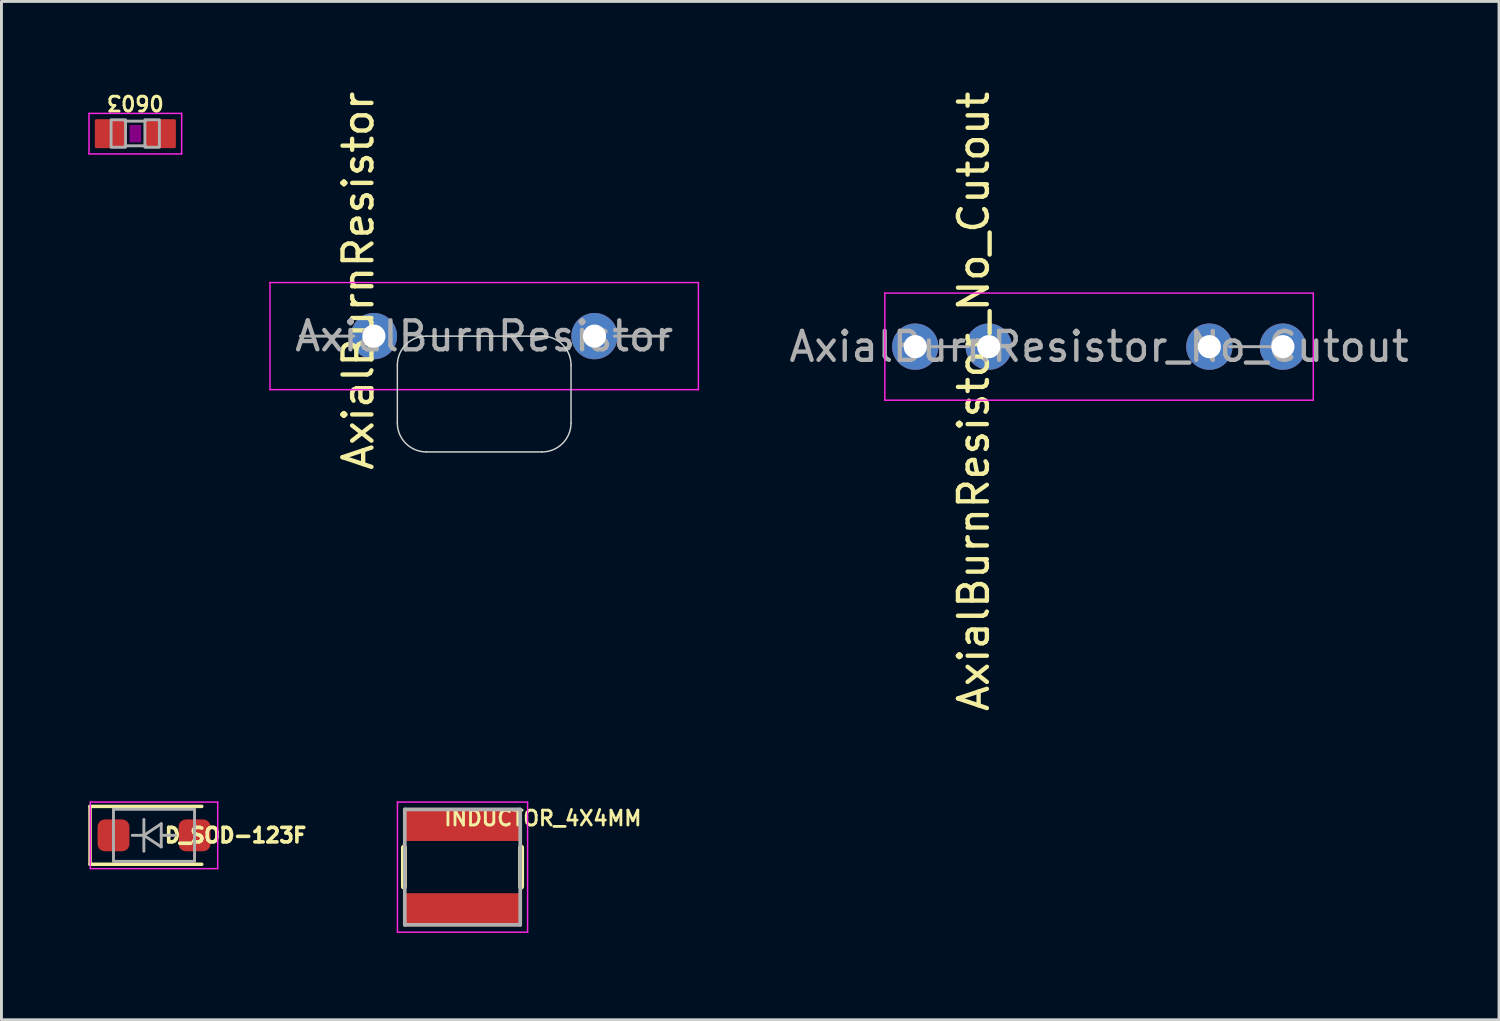
<source format=kicad_pcb>
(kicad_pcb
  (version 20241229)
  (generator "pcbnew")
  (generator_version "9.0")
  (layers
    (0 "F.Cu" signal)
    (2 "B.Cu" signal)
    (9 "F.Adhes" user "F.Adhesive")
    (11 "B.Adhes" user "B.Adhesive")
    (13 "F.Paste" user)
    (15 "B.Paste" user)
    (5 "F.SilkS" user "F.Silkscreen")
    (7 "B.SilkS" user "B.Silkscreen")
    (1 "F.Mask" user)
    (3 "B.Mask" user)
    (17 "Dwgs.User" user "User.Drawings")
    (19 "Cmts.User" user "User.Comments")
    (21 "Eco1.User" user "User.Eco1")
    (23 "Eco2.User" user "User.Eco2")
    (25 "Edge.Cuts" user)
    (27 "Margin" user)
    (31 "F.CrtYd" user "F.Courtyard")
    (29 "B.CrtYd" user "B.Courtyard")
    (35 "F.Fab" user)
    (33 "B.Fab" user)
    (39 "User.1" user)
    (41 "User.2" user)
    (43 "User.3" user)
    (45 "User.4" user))
  (footprint "AxialBurnResistor_No_Cutout"
    (layer "F.Cu")
    (at 34.916 8.925)
    (property "Reference" "AxialBurnResistor_No_Cutout" (at -4.33 1.89 90) (layer "F.SilkS") (effects (font (size 1 1) (thickness 0.15))))
    (attr through_hole dnp)
    (fp_line (start -7.4 -1.85) (end -7.4 1.85) (stroke (width 0.05) (type solid)) (layer "F.CrtYd"))
    (fp_line (start -7.4 1.85) (end 7.4 1.85) (stroke (width 0.05) (type solid)) (layer "F.CrtYd"))
    (fp_line (start 7.4 -1.85) (end -7.4 -1.85) (stroke (width 0.05) (type solid)) (layer "F.CrtYd"))
    (fp_line (start 7.4 1.85) (end 7.4 -1.85) (stroke (width 0.05) (type solid)) (layer "F.CrtYd"))
    (fp_line (start -6.35 0) (end -4.5 0) (stroke (width 0.1) (type solid)) (layer "F.Fab"))
    (fp_line (start 6.35 0) (end 4.5 0) (stroke (width 0.1) (type solid)) (layer "F.Fab"))
    (fp_text user "${REFERENCE}" (at 0 0 180) (layer "F.Fab") (effects (font (size 1 1) (thickness 0.15))))
    (pad "1" thru_hole circle (at -6.35 0) (size 1.6 1.6) (drill 0.8) (layers "*.Cu" "*.Mask"))
    (pad "1" thru_hole circle (at -3.81 0) (size 1.6 1.6) (drill 0.8) (layers "*.Cu" "*.Mask"))
    (pad "2" thru_hole oval (at 3.81 0) (size 1.6 1.6) (drill 0.8) (layers "*.Cu" "*.Mask"))
    (pad "2" thru_hole oval (at 6.35 0) (size 1.6 1.6) (drill 0.8) (layers "*.Cu" "*.Mask")))
  (footprint "INDUCTOR_4X4MM"
    (layer "F.Cu")
    (at 12.927 26.904)
    (property "Reference" "INDUCTOR_4X4MM" (at 2.776 -1.388 0) (unlocked yes) (layer "F.SilkS") (effects (font (size 0.512 0.512) (thickness 0.098)) (justify bottom)))
    (fp_line (start -2.024 -0.675) (end -2.024 0.675) (stroke (width 0.203) (type solid)) (layer "F.SilkS"))
    (fp_line (start 2.024 -0.675) (end 2.024 0.675) (stroke (width 0.203) (type solid)) (layer "F.SilkS"))
    (fp_line (start -2.248 -2.248) (end 2.248 -2.248) (stroke (width 0.051) (type solid)) (layer "F.CrtYd"))
    (fp_line (start -2.248 2.248) (end -2.248 -2.248) (stroke (width 0.051) (type solid)) (layer "F.CrtYd"))
    (fp_line (start 2.248 -2.248) (end 2.248 2.248) (stroke (width 0.051) (type solid)) (layer "F.CrtYd"))
    (fp_line (start 2.248 2.248) (end -2.248 2.248) (stroke (width 0.051) (type solid)) (layer "F.CrtYd"))
    (fp_line (start -1.994 -1.994) (end -1.994 1.994) (stroke (width 0.127) (type solid)) (layer "F.Fab"))
    (fp_line (start -1.994 1.994) (end 1.994 1.994) (stroke (width 0.127) (type solid)) (layer "F.Fab"))
    (fp_line (start 1.994 -1.994) (end -1.994 -1.994) (stroke (width 0.127) (type solid)) (layer "F.Fab"))
    (fp_line (start 1.994 1.994) (end 1.994 -1.994) (stroke (width 0.127) (type solid)) (layer "F.Fab"))
    (pad "P$1" smd roundrect (at 0 -1.473) (size 4.089 1.143) (layers "F.Cu" "F.Mask" "F.Paste") (roundrect_rratio 0.044))
    (pad "P$2" smd roundrect (at 0 1.473) (size 4.089 1.143) (layers "F.Cu" "F.Mask" "F.Paste") (roundrect_rratio 0.044)))
  (footprint "D_SOD-123F"
    (layer "F.Cu")
    (at 2.27 25.806)
    (property "Reference" "D_SOD-123F" (at 2.817 0 0) (layer "F.SilkS") (effects (font (size 0.5 0.5) (thickness 0.125))))
    (attr smd)
    (fp_line (start -2.21 -1) (end -2.21 1) (stroke (width 0.12) (type solid)) (layer "F.SilkS"))
    (fp_line (start -2.21 -1) (end 1.65 -1) (stroke (width 0.12) (type solid)) (layer "F.SilkS"))
    (fp_line (start -2.21 1) (end 1.65 1) (stroke (width 0.12) (type solid)) (layer "F.SilkS"))
    (fp_line (start -2.2 -1.15) (end -2.2 1.15) (stroke (width 0.05) (type solid)) (layer "F.CrtYd"))
    (fp_line (start -2.2 -1.15) (end 2.2 -1.15) (stroke (width 0.05) (type solid)) (layer "F.CrtYd"))
    (fp_line (start 2.2 -1.15) (end 2.2 1.15) (stroke (width 0.05) (type solid)) (layer "F.CrtYd"))
    (fp_line (start 2.2 1.15) (end -2.2 1.15) (stroke (width 0.05) (type solid)) (layer "F.CrtYd"))
    (fp_line (start -1.4 -0.9) (end 1.4 -0.9) (stroke (width 0.1) (type solid)) (layer "F.Fab"))
    (fp_line (start -1.4 0.9) (end -1.4 -0.9) (stroke (width 0.1) (type solid)) (layer "F.Fab"))
    (fp_line (start -0.75 0) (end -0.35 0) (stroke (width 0.1) (type solid)) (layer "F.Fab"))
    (fp_line (start -0.35 0) (end -0.35 -0.55) (stroke (width 0.1) (type solid)) (layer "F.Fab"))
    (fp_line (start -0.35 0) (end -0.35 0.55) (stroke (width 0.1) (type solid)) (layer "F.Fab"))
    (fp_line (start -0.35 0) (end 0.25 -0.4) (stroke (width 0.1) (type solid)) (layer "F.Fab"))
    (fp_line (start 0.25 -0.4) (end 0.25 0.4) (stroke (width 0.1) (type solid)) (layer "F.Fab"))
    (fp_line (start 0.25 0) (end 0.75 0) (stroke (width 0.1) (type solid)) (layer "F.Fab"))
    (fp_line (start 0.25 0.4) (end -0.35 0) (stroke (width 0.1) (type solid)) (layer "F.Fab"))
    (fp_line (start 1.4 -0.9) (end 1.4 0.9) (stroke (width 0.1) (type solid)) (layer "F.Fab"))
    (fp_line (start 1.4 0.9) (end -1.4 0.9) (stroke (width 0.1) (type solid)) (layer "F.Fab"))
    (pad "1" smd roundrect (at -1.4 0) (size 1.1 1.1) (layers "F.Cu" "F.Mask" "F.Paste") (roundrect_rratio 0.227))
    (pad "2" smd roundrect (at 1.4 0) (size 1.1 1.1) (layers "F.Cu" "F.Mask" "F.Paste") (roundrect_rratio 0.227)))
  (footprint "0603"
    (layer "F.Cu")
    (at 1.625 1.567)
    (property "Reference" "0603" (at 0 -0.762 180) (unlocked yes) (layer "F.SilkS") (effects (font (size 0.512 0.512) (thickness 0.098)) (justify top)))
    (fp_poly (pts (xy -0.2 0.3) (xy 0.2 0.3) (xy 0.2 -0.3) (xy -0.2 -0.3)) (stroke (width 0) (type default)) (fill yes) (layer "F.Adhes"))
    (fp_line (start -1.6 -0.7) (end 1.6 -0.7) (stroke (width 0.051) (type solid)) (layer "F.CrtYd"))
    (fp_line (start -1.6 0.7) (end -1.6 -0.7) (stroke (width 0.051) (type solid)) (layer "F.CrtYd"))
    (fp_line (start 1.6 -0.7) (end 1.6 0.7) (stroke (width 0.051) (type solid)) (layer "F.CrtYd"))
    (fp_line (start 1.6 0.7) (end -1.6 0.7) (stroke (width 0.051) (type solid)) (layer "F.CrtYd"))
    (fp_line (start -0.356 -0.432) (end 0.356 -0.432) (stroke (width 0.102) (type solid)) (layer "F.Fab"))
    (fp_line (start -0.356 0.419) (end 0.356 0.419) (stroke (width 0.102) (type solid)) (layer "F.Fab"))
    (fp_poly (pts (xy -0.838 0.47) (xy -0.338 0.47) (xy -0.338 -0.48) (xy -0.838 -0.48)) (stroke (width 0.1) (type default)) (fill no) (layer "F.Fab"))
    (fp_poly (pts (xy 0.33 0.47) (xy 0.83 0.47) (xy 0.83 -0.48) (xy 0.33 -0.48)) (stroke (width 0.1) (type default)) (fill no) (layer "F.Fab"))
    (pad "1" smd roundrect (at -0.85 0) (size 1.1 1) (layers "F.Cu" "F.Mask" "F.Paste") (roundrect_rratio 0.051))
    (pad "2" smd roundrect (at 0.85 0) (size 1.1 1) (layers "F.Cu" "F.Mask" "F.Paste") (roundrect_rratio 0.051)))
  (footprint "AxialBurnResistor"
    (layer "F.Cu")
    (at 13.676 8.561)
    (property "Reference" "AxialBurnResistor" (at -4.35 -1.913 90) (layer "F.SilkS") (effects (font (size 1 1) (thickness 0.15))))
    (attr through_hole dnp)
    (fp_line (start -3 1) (end -3 3) (stroke (width 0.05) (type default)) (layer "Edge.Cuts"))
    (fp_line (start -2 4) (end 2 4) (stroke (width 0.05) (type default)) (layer "Edge.Cuts"))
    (fp_line (start 2 0) (end -2 0) (stroke (width 0.05) (type default)) (layer "Edge.Cuts"))
    (fp_line (start 3 3) (end 3 1) (stroke (width 0.05) (type default)) (layer "Edge.Cuts"))
    (fp_arc (start -3 1) (mid -2.707107 0.292893) (end -2 0) (stroke (width 0.05) (type default)) (layer "Edge.Cuts"))
    (fp_arc (start -2 4) (mid -2.707107 3.707107) (end -3 3) (stroke (width 0.05) (type default)) (layer "Edge.Cuts"))
    (fp_arc (start 2 0) (mid 2.707107 0.292893) (end 3 1) (stroke (width 0.05) (type default)) (layer "Edge.Cuts"))
    (fp_arc (start 3 3) (mid 2.707107 3.707107) (end 2 4) (stroke (width 0.05) (type default)) (layer "Edge.Cuts"))
    (fp_line (start -7.4 -1.85) (end -7.4 1.85) (stroke (width 0.05) (type solid)) (layer "F.CrtYd"))
    (fp_line (start -7.4 1.85) (end 7.4 1.85) (stroke (width 0.05) (type solid)) (layer "F.CrtYd"))
    (fp_line (start 7.4 -1.85) (end -7.4 -1.85) (stroke (width 0.05) (type solid)) (layer "F.CrtYd"))
    (fp_line (start 7.4 1.85) (end 7.4 -1.85) (stroke (width 0.05) (type solid)) (layer "F.CrtYd"))
    (fp_line (start -6.35 0) (end -4.5 0) (stroke (width 0.1) (type solid)) (layer "F.Fab"))
    (fp_line (start 6.35 0) (end 4.5 0) (stroke (width 0.1) (type solid)) (layer "F.Fab"))
    (fp_text user "${REFERENCE}" (at 0 0 180) (layer "F.Fab") (effects (font (size 1 1) (thickness 0.15))))
    (pad "1" thru_hole circle (at -3.81 0) (size 1.6 1.6) (drill 0.8) (layers "*.Cu" "*.Mask"))
    (pad "2" thru_hole oval (at 3.81 0) (size 1.6 1.6) (drill 0.8) (layers "*.Cu" "*.Mask")))
  (gr_rect
    (start -3 -3)
    (end 48.732 32.178)
    (stroke (width 0.1) (type default))
    (fill no)
    (layer "Edge.Cuts")))
</source>
